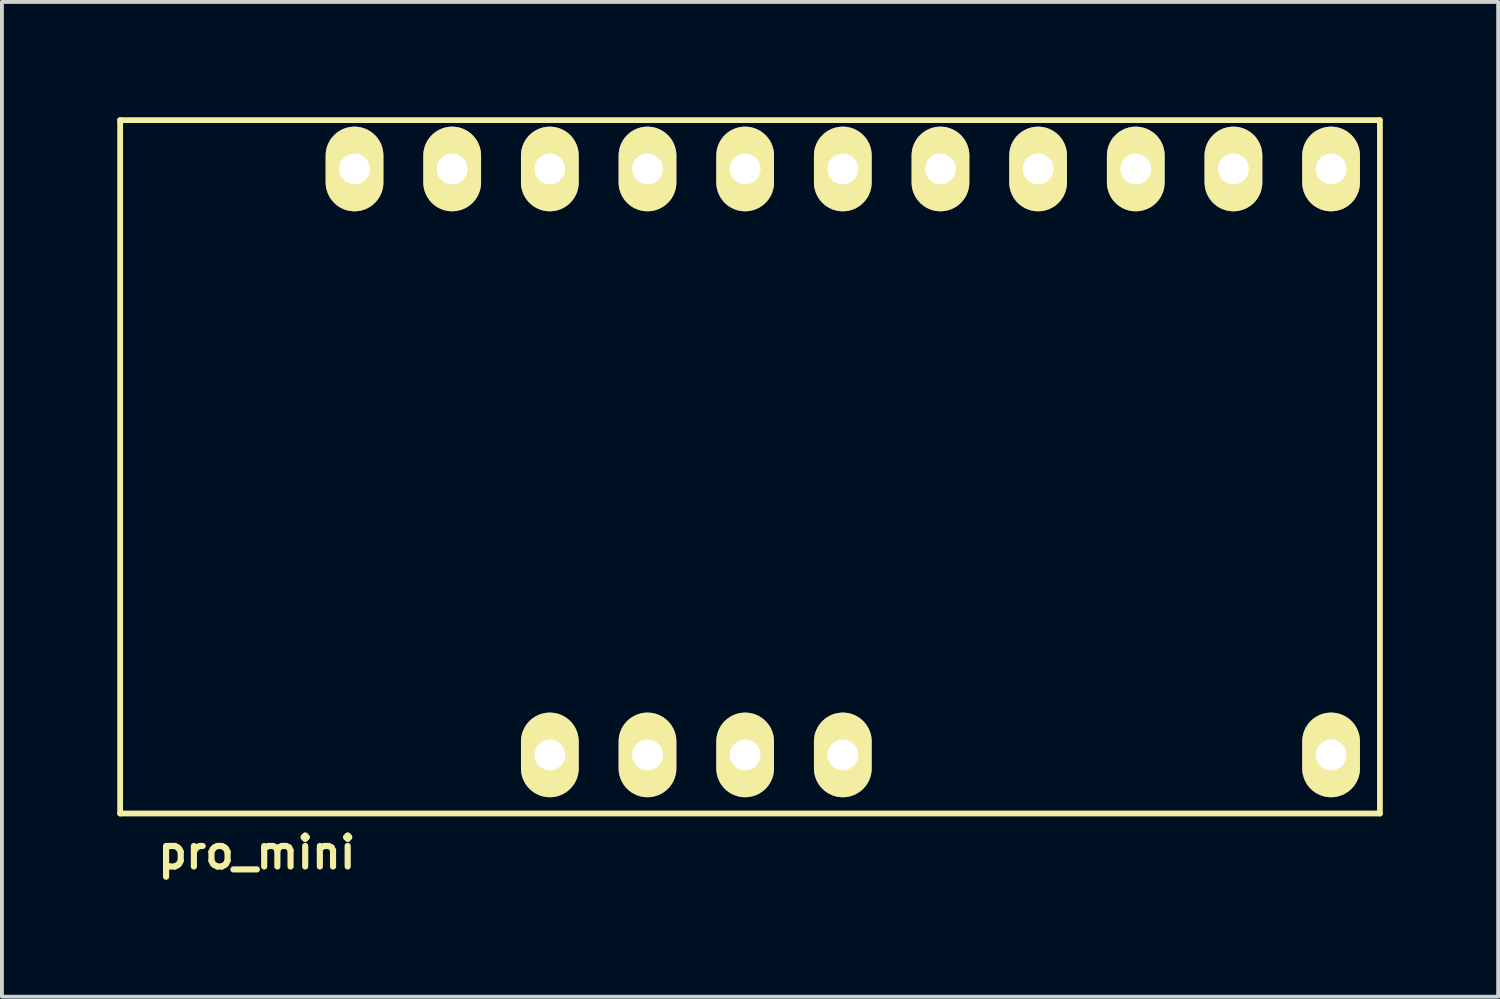
<source format=kicad_pcb>
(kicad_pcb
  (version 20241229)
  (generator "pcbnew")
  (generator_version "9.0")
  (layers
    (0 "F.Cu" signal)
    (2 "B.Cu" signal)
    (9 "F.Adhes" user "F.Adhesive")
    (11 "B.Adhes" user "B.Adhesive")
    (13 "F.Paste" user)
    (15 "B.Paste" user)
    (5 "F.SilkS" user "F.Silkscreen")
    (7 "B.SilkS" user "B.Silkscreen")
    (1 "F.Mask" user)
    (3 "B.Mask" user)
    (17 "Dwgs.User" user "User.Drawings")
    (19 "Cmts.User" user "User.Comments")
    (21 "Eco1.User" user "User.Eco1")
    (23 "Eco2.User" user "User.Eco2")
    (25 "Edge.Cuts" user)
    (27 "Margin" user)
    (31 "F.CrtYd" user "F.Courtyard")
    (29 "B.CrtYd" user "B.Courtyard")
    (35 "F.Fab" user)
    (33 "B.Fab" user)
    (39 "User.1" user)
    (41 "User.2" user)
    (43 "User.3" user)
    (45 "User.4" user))
  (footprint "pro_mini"
    (layer "F.Cu")
    (at 17.601 8.965)
    (property "Reference" "pro_mini" (at -13.97 10.16 0) (layer "F.SilkS") (effects (font (size 0.8 0.8) (thickness 0.16))))
    (attr through_hole)
    (fp_line (start -17.526 -8.89) (end -17.526 9.144) (stroke (width 0.15) (type solid)) (layer "F.SilkS"))
    (fp_line (start -17.526 -8.89) (end 15.24 -8.89) (stroke (width 0.15) (type solid)) (layer "F.SilkS"))
    (fp_line (start 15.24 9.144) (end -17.526 9.144) (stroke (width 0.15) (type solid)) (layer "F.SilkS"))
    (fp_line (start 15.24 9.144) (end 15.24 -8.89) (stroke (width 0.15) (type solid)) (layer "F.SilkS"))
    (pad "4" thru_hole oval (at -6.35 7.62) (size 1.501 2.2) (drill 0.8) (layers "*.Cu" "*.Mask" "F.SilkS"))
    (pad "5" thru_hole oval (at -3.81 7.62) (size 1.501 2.2) (drill 0.8) (layers "*.Cu" "*.Mask" "F.SilkS"))
    (pad "6" thru_hole oval (at -1.27 7.62) (size 1.501 2.2) (drill 0.8) (layers "*.Cu" "*.Mask" "F.SilkS"))
    (pad "7" thru_hole oval (at 1.27 7.62) (size 1.501 2.2) (drill 0.8) (layers "*.Cu" "*.Mask" "F.SilkS"))
    (pad "12" thru_hole oval (at 13.97 7.62) (size 1.501 2.2) (drill 0.8) (layers "*.Cu" "*.Mask" "F.SilkS"))
    (pad "13" thru_hole oval (at 13.97 -7.62) (size 1.501 2.2) (drill 0.8) (layers "*.Cu" "*.Mask" "F.SilkS"))
    (pad "14" thru_hole oval (at 11.43 -7.62) (size 1.501 2.2) (drill 0.8) (layers "*.Cu" "*.Mask" "F.SilkS"))
    (pad "15" thru_hole oval (at 8.89 -7.62) (size 1.501 2.2) (drill 0.8) (layers "*.Cu" "*.Mask" "F.SilkS"))
    (pad "16" thru_hole oval (at 6.35 -7.62) (size 1.501 2.2) (drill 0.8) (layers "*.Cu" "*.Mask" "F.SilkS"))
    (pad "17" thru_hole oval (at 3.81 -7.62) (size 1.501 2.2) (drill 0.8) (layers "*.Cu" "*.Mask" "F.SilkS"))
    (pad "18" thru_hole oval (at 1.27 -7.62) (size 1.501 2.2) (drill 0.8) (layers "*.Cu" "*.Mask" "F.SilkS"))
    (pad "19" thru_hole oval (at -1.27 -7.62) (size 1.501 2.2) (drill 0.8) (layers "*.Cu" "*.Mask" "F.SilkS"))
    (pad "20" thru_hole oval (at -3.81 -7.62) (size 1.501 2.2) (drill 0.8) (layers "*.Cu" "*.Mask" "F.SilkS"))
    (pad "21" thru_hole oval (at -6.35 -7.62) (size 1.501 2.2) (drill 0.8) (layers "*.Cu" "*.Mask" "F.SilkS"))
    (pad "22" thru_hole oval (at -8.89 -7.62) (size 1.501 2.2) (drill 0.8) (layers "*.Cu" "*.Mask" "F.SilkS"))
    (pad "23" thru_hole oval (at -11.43 -7.62) (size 1.501 2.2) (drill 0.8) (layers "*.Cu" "*.Mask" "F.SilkS")))
  (gr_rect
    (start -3 -3)
    (end 35.916 22.874)
    (stroke (width 0.1) (type default))
    (fill no)
    (layer "Edge.Cuts")))
</source>
